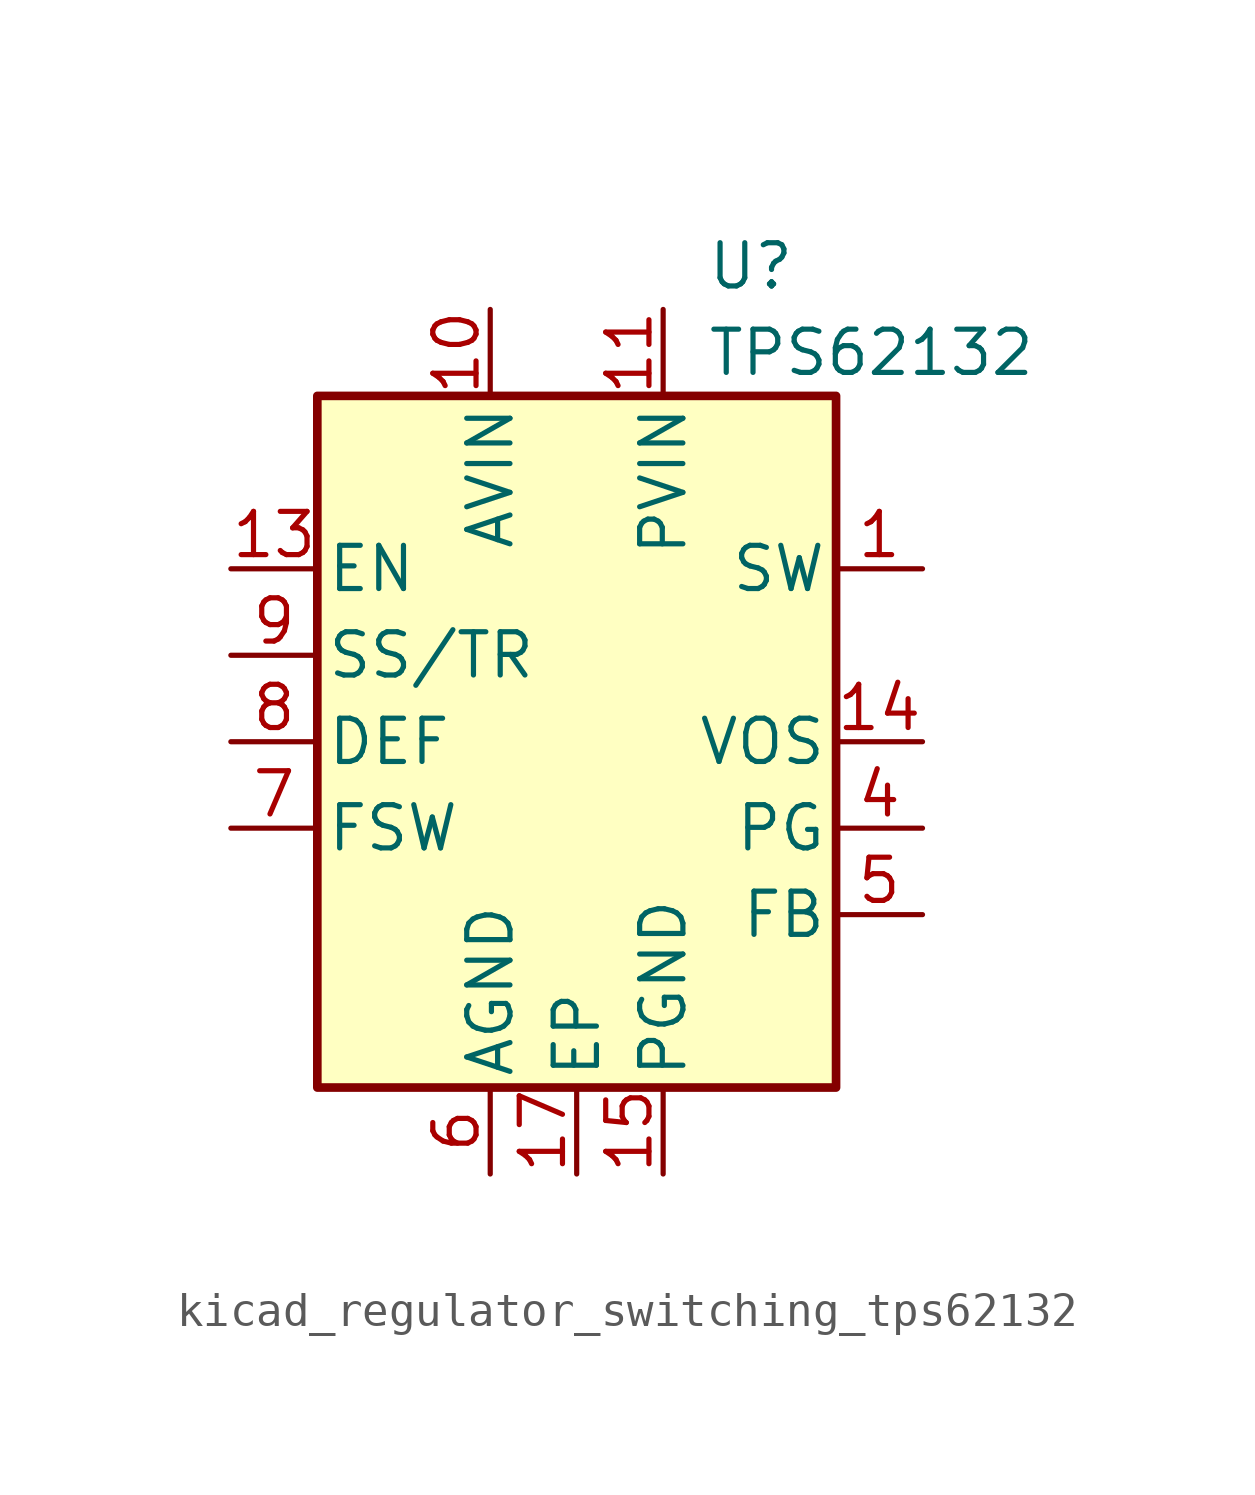
<source format=kicad_sym>
(kicad_symbol_lib
  (version 20220914)
  (generator kicad_symbol_editor)
  (symbol "kicad_regulator_switching_tps62132"
    (pin_names
      (offset 0.254))
    (property "Reference" "U"
      (at 3.81 13.97 0)
      (effects (font (size 1.27 1.27)) (justify left)))
    (property "Value" "TPS62132"
      (at 3.81 11.43 0)
      (effects (font (size 1.27 1.27)) (justify left)))
    (symbol "kicad_regulator_switching_tps62132_0_1"
      (rectangle (start -7.62 10.16) (end 7.62 -10.16) (stroke (width 0.254) (type default)) (fill (type background))))
    (symbol "kicad_regulator_switching_tps62132_1_1"
      (pin output line (at 10.16 5.08 180) (length 2.54) (name "SW" (effects (font (size 1.27 1.27)))) (number "1" (effects (font (size 1.27 1.27)))))
      (pin power_in line (at -2.54 12.7 270) (length 2.54) (name "AVIN" (effects (font (size 1.27 1.27)))) (number "10" (effects (font (size 1.27 1.27)))))
      (pin power_in line (at 2.54 12.7 270) (length 2.54) (name "PVIN" (effects (font (size 1.27 1.27)))) (number "11" (effects (font (size 1.27 1.27)))))
      (pin passive line (at 2.54 12.7 270) (length 2.54) hide (name "PVIN" (effects (font (size 1.27 1.27)))) (number "12" (effects (font (size 1.27 1.27)))))
      (pin input line (at -10.16 5.08 0) (length 2.54) (name "EN" (effects (font (size 1.27 1.27)))) (number "13" (effects (font (size 1.27 1.27)))))
      (pin input line (at 10.16 0 180) (length 2.54) (name "VOS" (effects (font (size 1.27 1.27)))) (number "14" (effects (font (size 1.27 1.27)))))
      (pin power_in line (at 2.54 -12.7 90) (length 2.54) (name "PGND" (effects (font (size 1.27 1.27)))) (number "15" (effects (font (size 1.27 1.27)))))
      (pin passive line (at 2.54 -12.7 90) (length 2.54) hide (name "PGND" (effects (font (size 1.27 1.27)))) (number "16" (effects (font (size 1.27 1.27)))))
      (pin power_in line (at 0 -12.7 90) (length 2.54) (name "EP" (effects (font (size 1.27 1.27)))) (number "17" (effects (font (size 1.27 1.27)))))
      (pin passive line (at 10.16 5.08 180) (length 2.54) hide (name "SW" (effects (font (size 1.27 1.27)))) (number "2" (effects (font (size 1.27 1.27)))))
      (pin passive line (at 10.16 5.08 180) (length 2.54) hide (name "SW" (effects (font (size 1.27 1.27)))) (number "3" (effects (font (size 1.27 1.27)))))
      (pin open_collector line (at 10.16 -2.54 180) (length 2.54) (name "PG" (effects (font (size 1.27 1.27)))) (number "4" (effects (font (size 1.27 1.27)))))
      (pin input line (at 10.16 -5.08 180) (length 2.54) (name "FB" (effects (font (size 1.27 1.27)))) (number "5" (effects (font (size 1.27 1.27)))))
      (pin power_in line (at -2.54 -12.7 90) (length 2.54) (name "AGND" (effects (font (size 1.27 1.27)))) (number "6" (effects (font (size 1.27 1.27)))))
      (pin input line (at -10.16 -2.54 0) (length 2.54) (name "FSW" (effects (font (size 1.27 1.27)))) (number "7" (effects (font (size 1.27 1.27)))))
      (pin input line (at -10.16 0 0) (length 2.54) (name "DEF" (effects (font (size 1.27 1.27)))) (number "8" (effects (font (size 1.27 1.27)))))
      (pin input line (at -10.16 2.54 0) (length 2.54) (name "SS/TR" (effects (font (size 1.27 1.27)))) (number "9" (effects (font (size 1.27 1.27))))))))
</source>
